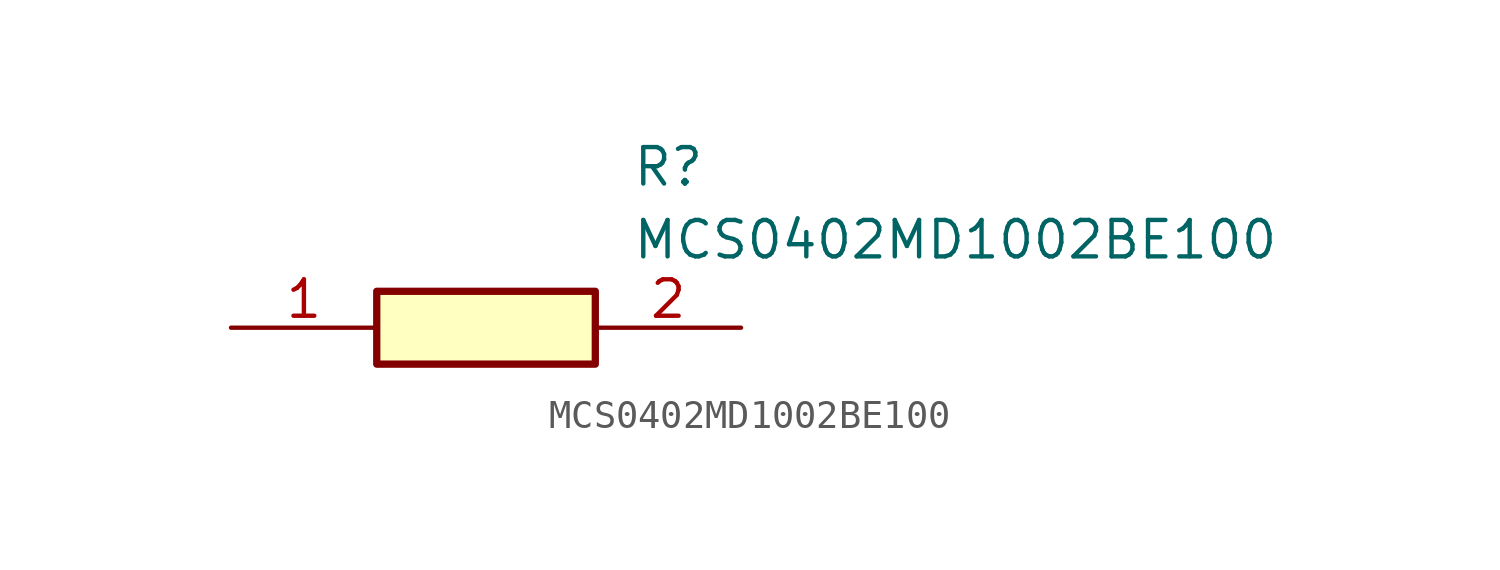
<source format=kicad_sym>
(kicad_symbol_lib
  (version 20211014)
  (generator SamacSys_ECAD_Model)
  (symbol "MCS0402MD1002BE100"
    (pin_names hide)
    (property "Reference" "R"
      (at 13.97 6.35 0)
      (effects (font (size 1.27 1.27)) (justify left top)))
    (property "Value" "MCS0402MD1002BE100"
      (at 13.97 3.81 0)
      (effects (font (size 1.27 1.27)) (justify left top)))
    (rectangle
      (start 5.08 1.27)
      (end 12.7 -1.27)
      (stroke (width 0.254) (type default))
      (fill (type background)))
    (pin passive line
      (at 0 0 0)
      (length 5.08)
      (name "1" (effects (font (size 1.27 1.27))))
      (number "1" (effects (font (size 1.27 1.27)))))
    (pin passive line
      (at 17.78 0 180)
      (length 5.08)
      (name "2" (effects (font (size 1.27 1.27))))
      (number "2" (effects (font (size 1.27 1.27)))))))
</source>
